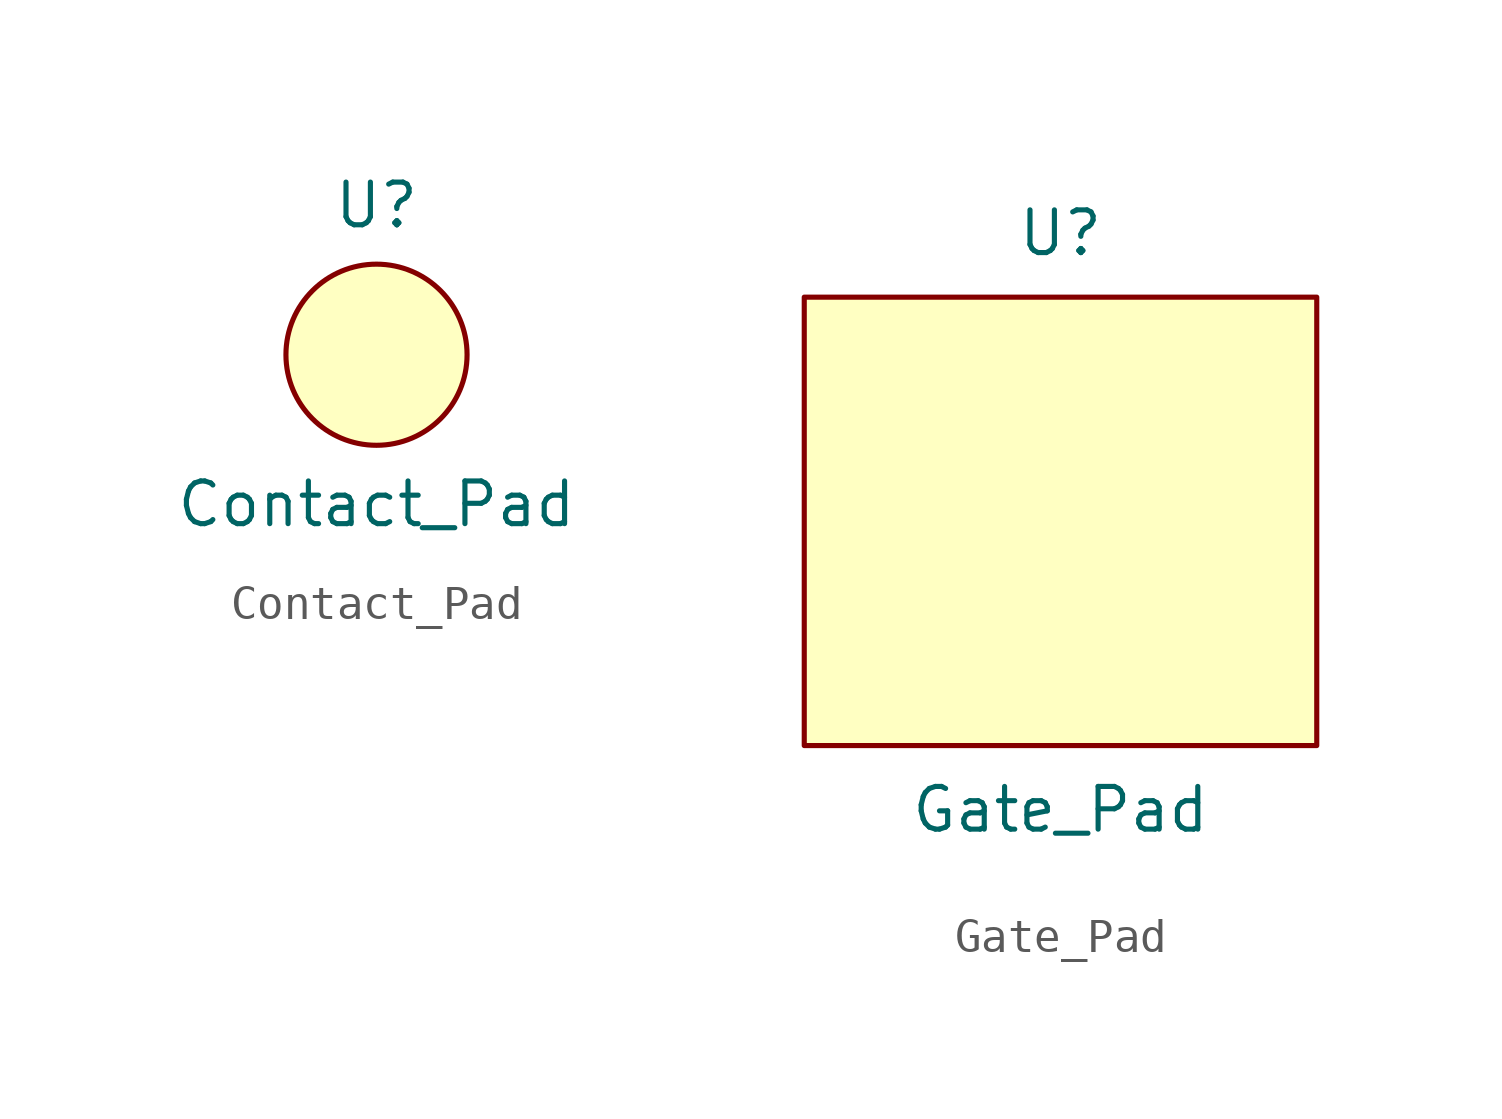
<source format=kicad_sym>
(kicad_symbol_lib
  (version 20211014)
  (generator kicad_symbol_editor)
  (symbol "Contact_Pad"
    (property "Reference" "U"
      (at 0 4.445 0)
      (effects (font (size 1.27 1.27))))
    (property "Value" "Contact_Pad"
      (at 0 -4.445 0)
      (effects (font (size 1.27 1.27))))
    (symbol "Contact_Pad_0_1"
      (circle (center 0 0) (radius 2.694) (stroke (width 0) (type default) (color 0 0 0 0)) (fill (type background)))))
  (symbol "Gate_Pad"
    (property "Reference" "U"
      (at 0 8.255 0)
      (effects (font (size 1.27 1.27))))
    (property "Value" "Gate_Pad"
      (at 0 -8.89 0)
      (effects (font (size 1.27 1.27))))
    (symbol "Gate_Pad_0_1"
      (rectangle (start -7.62 6.35) (end 7.62 -6.985) (stroke (width 0) (type default) (color 0 0 0 0)) (fill (type background))))))
</source>
